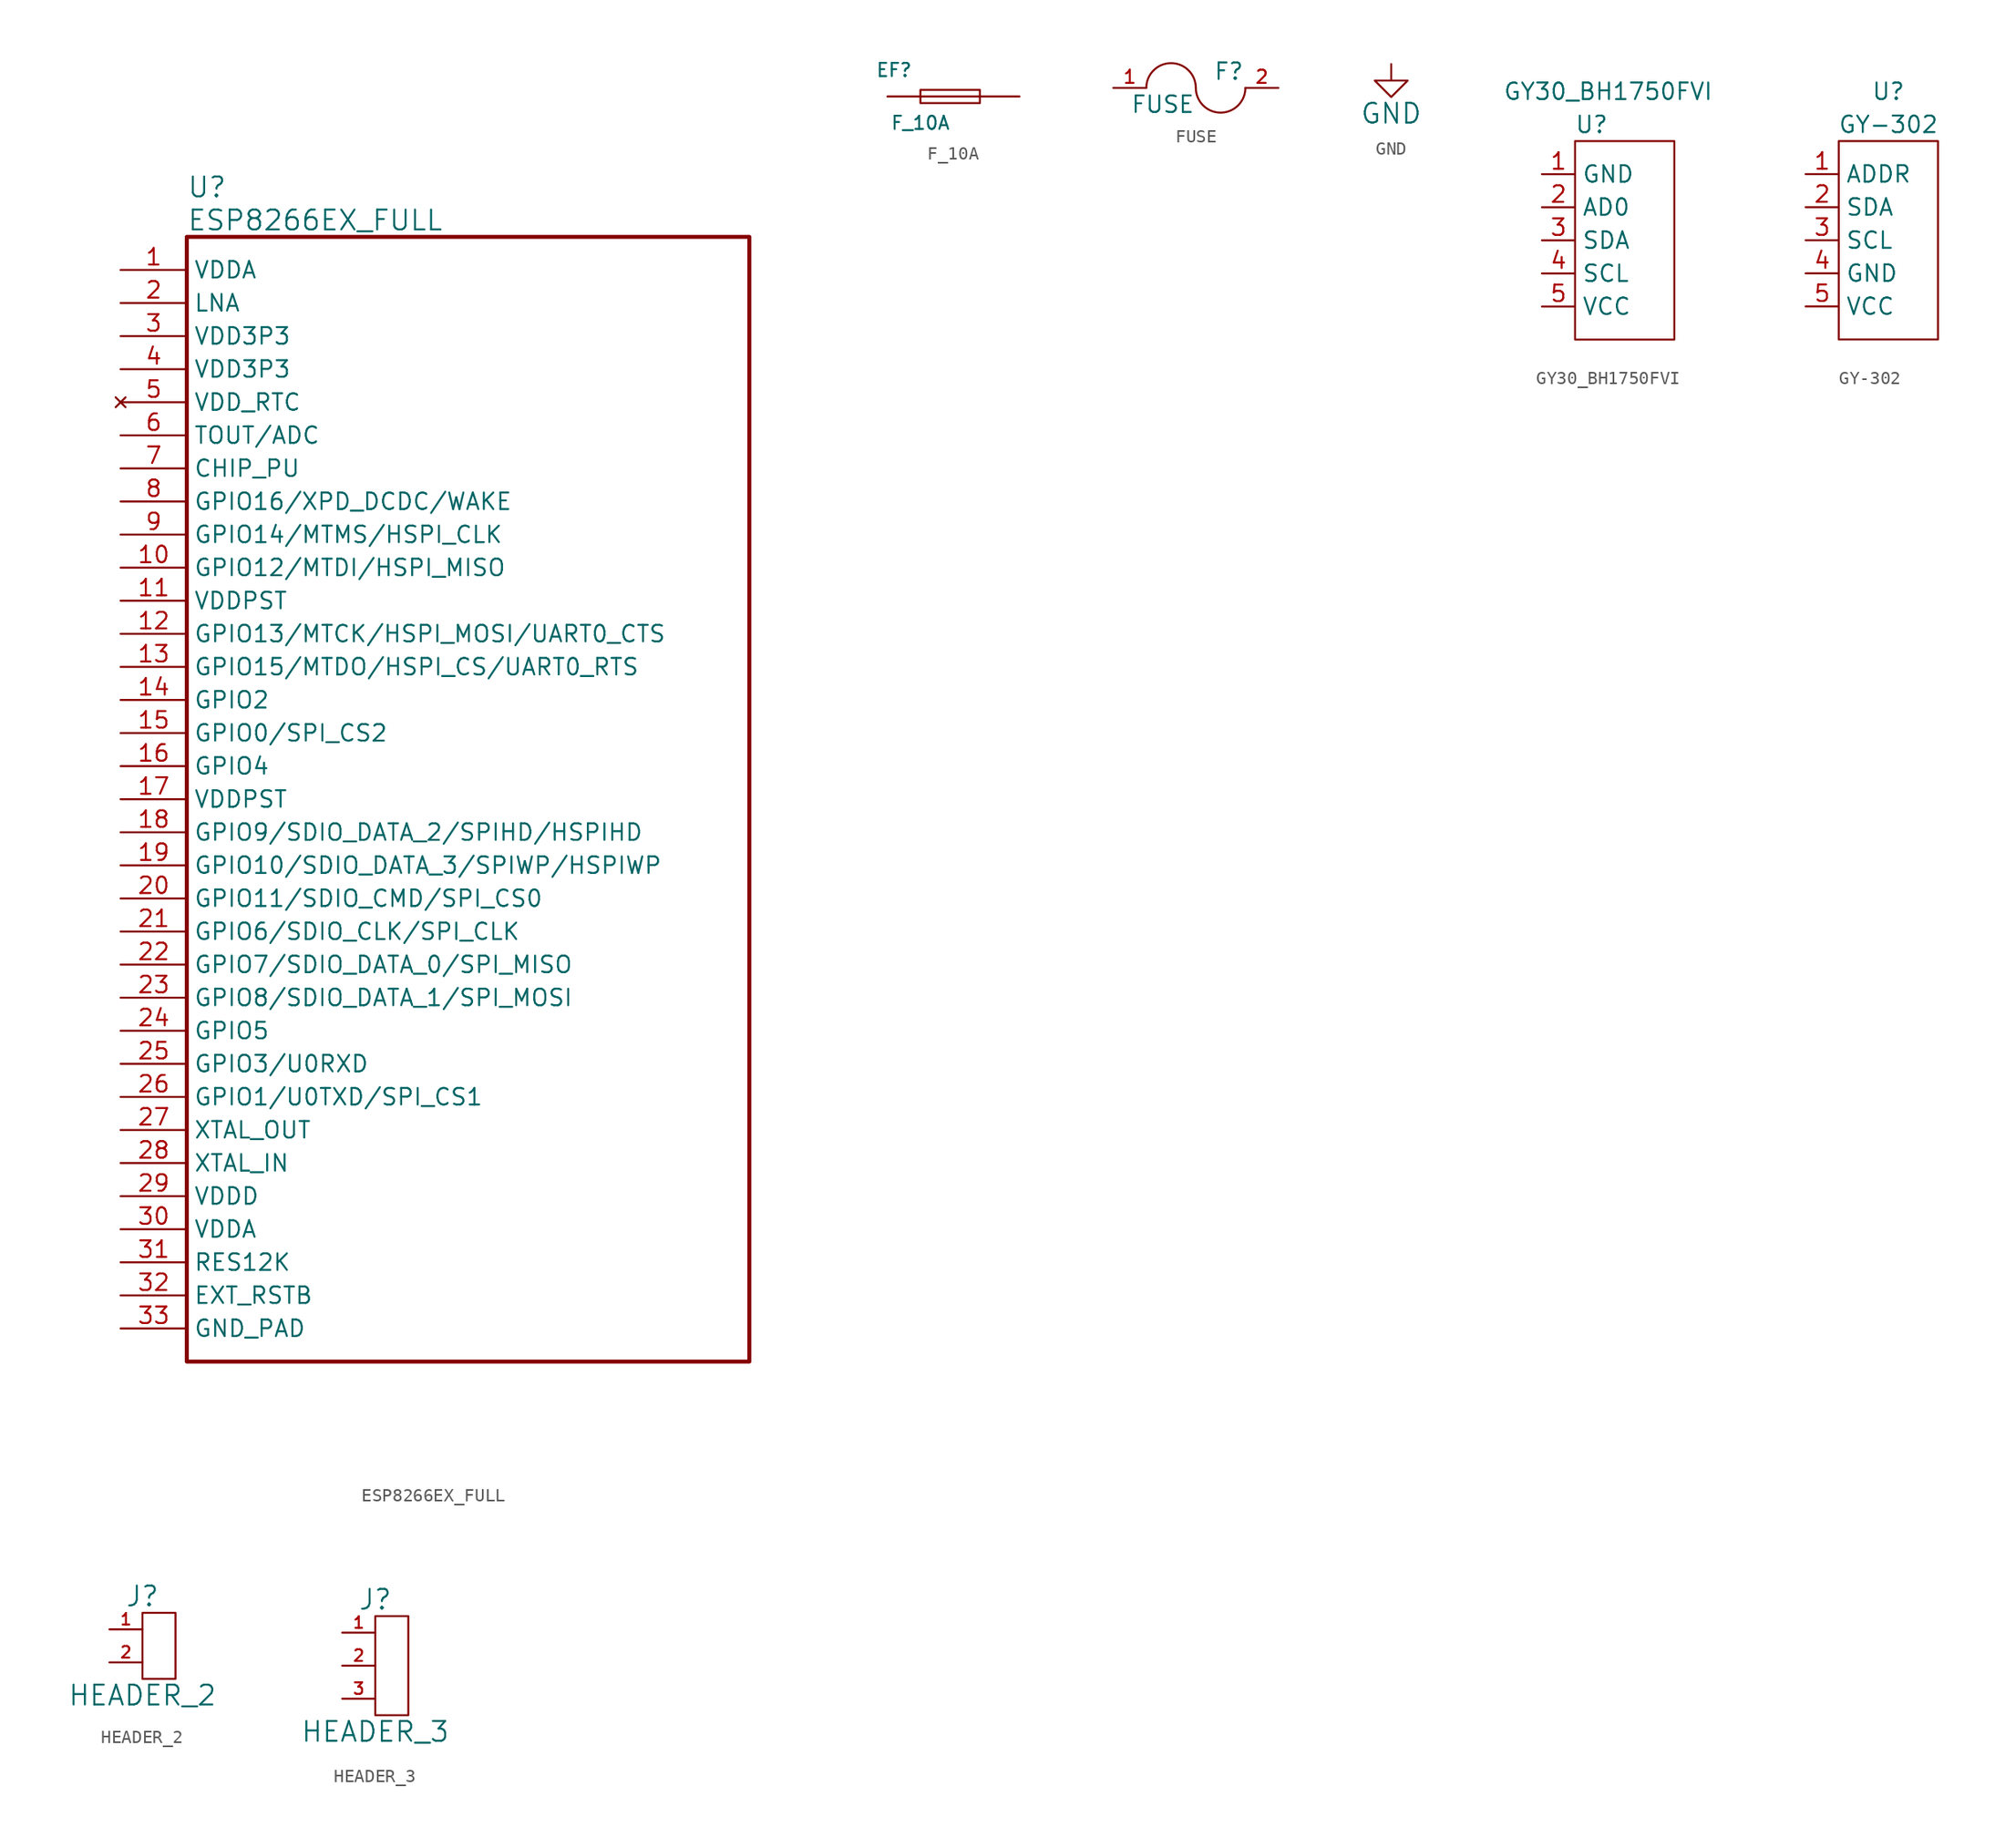
<source format=kicad_sym>
(kicad_symbol_lib
  (version 20201005)
  (generator kicad_symbol_editor)
  (symbol "Zimprich_neu:ESP8266EX_FULL"
    (property "Reference" "U"
      (at 5.08 6.35 0)
      (effects (font (size 1.524 1.524)) (justify left)))
    (property "Value" "ESP8266EX_FULL"
      (at 5.08 3.81 0)
      (effects (font (size 1.524 1.524)) (justify left)))
    (property "ki_locked" ""
      (at 0 0 0)
      (effects (font (size 1.27 1.27))))
    (symbol "ESP8266EX_FULL_1_1"
      (rectangle (start 5.08 2.54) (end 48.26 -83.82) (stroke (width 0.305)) (fill (type none)))
      (pin power_in line (at 0 0 0) (length 5.08) (name "VDDA" (effects (font (size 1.27 1.27)))) (number "1" (effects (font (size 1.27 1.27)))))
      (pin bidirectional line (at 0 -22.86 0) (length 5.08) (name "GPIO12/MTDI/HSPI_MISO" (effects (font (size 1.27 1.27)))) (number "10" (effects (font (size 1.27 1.27)))))
      (pin power_in line (at 0 -25.4 0) (length 5.08) (name "VDDPST" (effects (font (size 1.27 1.27)))) (number "11" (effects (font (size 1.27 1.27)))))
      (pin bidirectional line (at 0 -27.94 0) (length 5.08) (name "GPIO13/MTCK/HSPI_MOSI/UART0_CTS" (effects (font (size 1.27 1.27)))) (number "12" (effects (font (size 1.27 1.27)))))
      (pin bidirectional line (at 0 -30.48 0) (length 5.08) (name "GPIO15/MTDO/HSPI_CS/UART0_RTS" (effects (font (size 1.27 1.27)))) (number "13" (effects (font (size 1.27 1.27)))))
      (pin bidirectional line (at 0 -33.02 0) (length 5.08) (name "GPIO2" (effects (font (size 1.27 1.27)))) (number "14" (effects (font (size 1.27 1.27)))))
      (pin bidirectional line (at 0 -35.56 0) (length 5.08) (name "GPIO0/SPI_CS2" (effects (font (size 1.27 1.27)))) (number "15" (effects (font (size 1.27 1.27)))))
      (pin bidirectional line (at 0 -38.1 0) (length 5.08) (name "GPIO4" (effects (font (size 1.27 1.27)))) (number "16" (effects (font (size 1.27 1.27)))))
      (pin power_in line (at 0 -40.64 0) (length 5.08) (name "VDDPST" (effects (font (size 1.27 1.27)))) (number "17" (effects (font (size 1.27 1.27)))))
      (pin bidirectional line (at 0 -43.18 0) (length 5.08) (name "GPIO9/SDIO_DATA_2/SPIHD/HSPIHD" (effects (font (size 1.27 1.27)))) (number "18" (effects (font (size 1.27 1.27)))))
      (pin bidirectional line (at 0 -45.72 0) (length 5.08) (name "GPIO10/SDIO_DATA_3/SPIWP/HSPIWP" (effects (font (size 1.27 1.27)))) (number "19" (effects (font (size 1.27 1.27)))))
      (pin passive line (at 0 -2.54 0) (length 5.08) (name "LNA" (effects (font (size 1.27 1.27)))) (number "2" (effects (font (size 1.27 1.27)))))
      (pin bidirectional line (at 0 -48.26 0) (length 5.08) (name "GPIO11/SDIO_CMD/SPI_CS0" (effects (font (size 1.27 1.27)))) (number "20" (effects (font (size 1.27 1.27)))))
      (pin bidirectional line (at 0 -50.8 0) (length 5.08) (name "GPIO6/SDIO_CLK/SPI_CLK" (effects (font (size 1.27 1.27)))) (number "21" (effects (font (size 1.27 1.27)))))
      (pin bidirectional line (at 0 -53.34 0) (length 5.08) (name "GPIO7/SDIO_DATA_0/SPI_MISO" (effects (font (size 1.27 1.27)))) (number "22" (effects (font (size 1.27 1.27)))))
      (pin bidirectional line (at 0 -55.88 0) (length 5.08) (name "GPIO8/SDIO_DATA_1/SPI_MOSI" (effects (font (size 1.27 1.27)))) (number "23" (effects (font (size 1.27 1.27)))))
      (pin bidirectional line (at 0 -58.42 0) (length 5.08) (name "GPIO5" (effects (font (size 1.27 1.27)))) (number "24" (effects (font (size 1.27 1.27)))))
      (pin bidirectional line (at 0 -60.96 0) (length 5.08) (name "GPIO3/U0RXD" (effects (font (size 1.27 1.27)))) (number "25" (effects (font (size 1.27 1.27)))))
      (pin bidirectional line (at 0 -63.5 0) (length 5.08) (name "GPIO1/U0TXD/SPI_CS1" (effects (font (size 1.27 1.27)))) (number "26" (effects (font (size 1.27 1.27)))))
      (pin bidirectional line (at 0 -66.04 0) (length 5.08) (name "XTAL_OUT" (effects (font (size 1.27 1.27)))) (number "27" (effects (font (size 1.27 1.27)))))
      (pin bidirectional line (at 0 -68.58 0) (length 5.08) (name "XTAL_IN" (effects (font (size 1.27 1.27)))) (number "28" (effects (font (size 1.27 1.27)))))
      (pin power_in line (at 0 -71.12 0) (length 5.08) (name "VDDD" (effects (font (size 1.27 1.27)))) (number "29" (effects (font (size 1.27 1.27)))))
      (pin power_in line (at 0 -5.08 0) (length 5.08) (name "VDD3P3" (effects (font (size 1.27 1.27)))) (number "3" (effects (font (size 1.27 1.27)))))
      (pin power_in line (at 0 -73.66 0) (length 5.08) (name "VDDA" (effects (font (size 1.27 1.27)))) (number "30" (effects (font (size 1.27 1.27)))))
      (pin input line (at 0 -76.2 0) (length 5.08) (name "RES12K" (effects (font (size 1.27 1.27)))) (number "31" (effects (font (size 1.27 1.27)))))
      (pin input line (at 0 -78.74 0) (length 5.08) (name "EXT_RSTB" (effects (font (size 1.27 1.27)))) (number "32" (effects (font (size 1.27 1.27)))))
      (pin power_in line (at 0 -81.28 0) (length 5.08) (name "GND_PAD" (effects (font (size 1.27 1.27)))) (number "33" (effects (font (size 1.27 1.27)))))
      (pin power_in line (at 0 -7.62 0) (length 5.08) (name "VDD3P3" (effects (font (size 1.27 1.27)))) (number "4" (effects (font (size 1.27 1.27)))))
      (pin unconnected line (at 0 -10.16 0) (length 5.08) (name "VDD_RTC" (effects (font (size 1.27 1.27)))) (number "5" (effects (font (size 1.27 1.27)))))
      (pin input line (at 0 -12.7 0) (length 5.08) (name "TOUT/ADC" (effects (font (size 1.27 1.27)))) (number "6" (effects (font (size 1.27 1.27)))))
      (pin input line (at 0 -15.24 0) (length 5.08) (name "CHIP_PU" (effects (font (size 1.27 1.27)))) (number "7" (effects (font (size 1.27 1.27)))))
      (pin bidirectional line (at 0 -17.78 0) (length 5.08) (name "GPIO16/XPD_DCDC/WAKE" (effects (font (size 1.27 1.27)))) (number "8" (effects (font (size 1.27 1.27)))))
      (pin bidirectional line (at 0 -20.32 0) (length 5.08) (name "GPIO14/MTMS/HSPI_CLK" (effects (font (size 1.27 1.27)))) (number "9" (effects (font (size 1.27 1.27)))))))
  (symbol "Zimprich_neu:F_10A"
    (pin_numbers hide)
    (pin_names
      (offset 0.254))
    (property "Reference" "EF"
      (at -4.572 2.032 0)
      (effects (font (size 1.016 1.016))))
    (property "Value" "F_10A"
      (at -2.54 -2.032 0)
      (effects (font (size 1.016 1.016))))
    (property "Footprint" ""
      (at 0 0 0)
      (effects (font (size 1.524 1.524))))
    (property "Datasheet" ""
      (at 0 0 0)
      (effects (font (size 1.524 1.524))))
    (symbol "F_10A_0_1"
      (polyline (pts (xy 2.032 0) (xy -2.54 0) (xy -2.54 0) (xy -2.54 0)) (stroke (width 0)) (fill (type none)))
      (polyline (pts (xy -2.54 0.508) (xy -2.54 -0.508) (xy 2.032 -0.508) (xy 2.032 0.508) (xy -2.54 0.508) (xy -2.54 0.508)) (stroke (width 0)) (fill (type none))))
    (symbol "F_10A_1_1"
      (pin power_in line (at 5.08 0 180) (length 3.048) (name "~" (effects (font (size 1.016 1.016)))) (number "1" (effects (font (size 0.254 0.254)))))
      (pin power_out line (at -5.08 0 0) (length 2.54) (name "~" (effects (font (size 1.016 1.016)))) (number "2" (effects (font (size 0.254 0.254)))))))
  (symbol "Zimprich_neu:FUSE"
    (pin_names
      (offset 0.254))
    (property "Reference" "F"
      (at 2.54 1.27 0)
      (effects (font (size 1.27 1.27))))
    (property "Value" "FUSE"
      (at -2.54 -1.27 0)
      (effects (font (size 1.27 1.27))))
    (property "Footprint" ""
      (at 0 0 0)
      (effects (font (size 1.524 1.524))))
    (property "Datasheet" ""
      (at 0 0 0)
      (effects (font (size 1.524 1.524))))
    (symbol "FUSE_0_1"
      (arc (start 0 0) (end -3.81 0) (radius (at -1.905 0) (length 1.905) (angles 0.1 179.9)) (stroke (width 0)) (fill (type none)))
      (arc (start 0 0) (end 3.81 0) (radius (at 1.905 0) (length 1.905) (angles -179.9 -0.1)) (stroke (width 0)) (fill (type none))))
    (symbol "FUSE_1_1"
      (pin input line (at -6.35 0 0) (length 2.54) (name "~" (effects (font (size 1.016 1.016)))) (number "1" (effects (font (size 1.016 1.016)))))
      (pin input line (at 6.35 0 180) (length 2.54) (name "~" (effects (font (size 1.016 1.016)))) (number "2" (effects (font (size 1.016 1.016)))))))
  (symbol "Zimprich_neu:GND"
    (power)
    (pin_names
      (offset 0))
    (property "Reference" "#PWR"
      (at 0 -6.35 0)
      (effects (font (size 1.524 1.524)) hide))
    (property "Value" "GND"
      (at 0 -3.81 0)
      (effects (font (size 1.524 1.524))))
    (property "Footprint" ""
      (at 0 0 0)
      (effects (font (size 1.524 1.524))))
    (property "Datasheet" ""
      (at 0 0 0)
      (effects (font (size 1.524 1.524))))
    (symbol "GND_0_1"
      (polyline (pts (xy 0 0) (xy 0 -1.27) (xy 1.27 -1.27) (xy 0 -2.54) (xy -1.27 -1.27) (xy 0 -1.27)) (stroke (width 0)) (fill (type none))))
    (symbol "GND_1_1"
      (pin power_in line (at 0 0 270) (length 0) hide (name "GND" (effects (font (size 1.27 1.27)))) (number "1" (effects (font (size 1.27 1.27)))))))
  (symbol "Zimprich_neu:GY30_BH1750FVI"
    (property "Reference" "U"
      (at 1.27 8.89 0)
      (effects (font (size 1.27 1.27))))
    (property "Value" "GY30_BH1750FVI"
      (at 2.54 11.43 0)
      (effects (font (size 1.27 1.27))))
    (symbol "GY30_BH1750FVI_0_1"
      (rectangle (start 0 7.62) (end 7.62 -7.62) (stroke (width 0)) (fill (type none))))
    (symbol "GY30_BH1750FVI_1_1"
      (pin input line (at -2.54 5.08 0) (length 2.54) (name "GND" (effects (font (size 1.27 1.27)))) (number "1" (effects (font (size 1.27 1.27)))))
      (pin input line (at -2.54 2.54 0) (length 2.54) (name "AD0" (effects (font (size 1.27 1.27)))) (number "2" (effects (font (size 1.27 1.27)))))
      (pin input line (at -2.54 0 0) (length 2.54) (name "SDA" (effects (font (size 1.27 1.27)))) (number "3" (effects (font (size 1.27 1.27)))))
      (pin input line (at -2.54 -2.54 0) (length 2.54) (name "SCL" (effects (font (size 1.27 1.27)))) (number "4" (effects (font (size 1.27 1.27)))))
      (pin input line (at -2.54 -5.08 0) (length 2.54) (name "VCC" (effects (font (size 1.27 1.27)))) (number "5" (effects (font (size 1.27 1.27)))))))
  (symbol "Zimprich_neu:GY-302"
    (property "Reference" "U"
      (at 0 11.43 0)
      (effects (font (size 1.27 1.27))))
    (property "Value" "GY-302"
      (at 0 8.89 0)
      (effects (font (size 1.27 1.27))))
    (symbol "GY-302_0_1"
      (rectangle (start -3.81 7.62) (end 3.81 -7.62) (stroke (width 0)) (fill (type none))))
    (symbol "GY-302_1_1"
      (pin input line (at -6.35 5.08 0) (length 2.54) (name "ADDR" (effects (font (size 1.27 1.27)))) (number "1" (effects (font (size 1.27 1.27)))))
      (pin input line (at -6.35 2.54 0) (length 2.54) (name "SDA" (effects (font (size 1.27 1.27)))) (number "2" (effects (font (size 1.27 1.27)))))
      (pin input line (at -6.35 0 0) (length 2.54) (name "SCL" (effects (font (size 1.27 1.27)))) (number "3" (effects (font (size 1.27 1.27)))))
      (pin input line (at -6.35 -2.54 0) (length 2.54) (name "GND" (effects (font (size 1.27 1.27)))) (number "4" (effects (font (size 1.27 1.27)))))
      (pin input line (at -6.35 -5.08 0) (length 2.54) (name "VCC" (effects (font (size 1.27 1.27)))) (number "5" (effects (font (size 1.27 1.27)))))))
  (symbol "Zimprich_neu:HEADER_2"
    (pin_names
      (offset 0))
    (property "Reference" "J"
      (at 0 3.81 0)
      (effects (font (size 1.524 1.524))))
    (property "Value" "HEADER_2"
      (at 0 -3.81 0)
      (effects (font (size 1.524 1.524))))
    (property "Footprint" ""
      (at 0 0 0)
      (effects (font (size 1.524 1.524))))
    (property "Datasheet" ""
      (at 0 0 0)
      (effects (font (size 1.524 1.524))))
    (symbol "HEADER_2_0_1"
      (rectangle (start 2.54 2.54) (end 0 -2.54) (stroke (width 0)) (fill (type none))))
    (symbol "HEADER_2_1_1"
      (pin passive line (at -2.54 1.27 0) (length 2.54) (name "~" (effects (font (size 1.27 1.27)))) (number "1" (effects (font (size 0.889 0.889)))))
      (pin passive line (at -2.54 -1.27 0) (length 2.54) (name "~" (effects (font (size 1.27 1.27)))) (number "2" (effects (font (size 0.889 0.889)))))))
  (symbol "Zimprich_neu:HEADER_3"
    (pin_names
      (offset 0))
    (property "Reference" "J"
      (at 0 5.08 0)
      (effects (font (size 1.524 1.524))))
    (property "Value" "HEADER_3"
      (at 0 -5.08 0)
      (effects (font (size 1.524 1.524))))
    (property "Footprint" ""
      (at 0 0 0)
      (effects (font (size 1.524 1.524))))
    (property "Datasheet" ""
      (at 0 0 0)
      (effects (font (size 1.524 1.524))))
    (symbol "HEADER_3_0_1"
      (rectangle (start 2.54 3.81) (end 0 -3.81) (stroke (width 0)) (fill (type none))))
    (symbol "HEADER_3_1_1"
      (pin passive line (at -2.54 2.54 0) (length 2.54) (name "~" (effects (font (size 1.27 1.27)))) (number "1" (effects (font (size 0.889 0.889)))))
      (pin passive line (at -2.54 0 0) (length 2.54) (name "~" (effects (font (size 1.27 1.27)))) (number "2" (effects (font (size 0.889 0.889)))))
      (pin passive line (at -2.54 -2.54 0) (length 2.54) (name "~" (effects (font (size 1.27 1.27)))) (number "3" (effects (font (size 0.889 0.889))))))))
</source>
